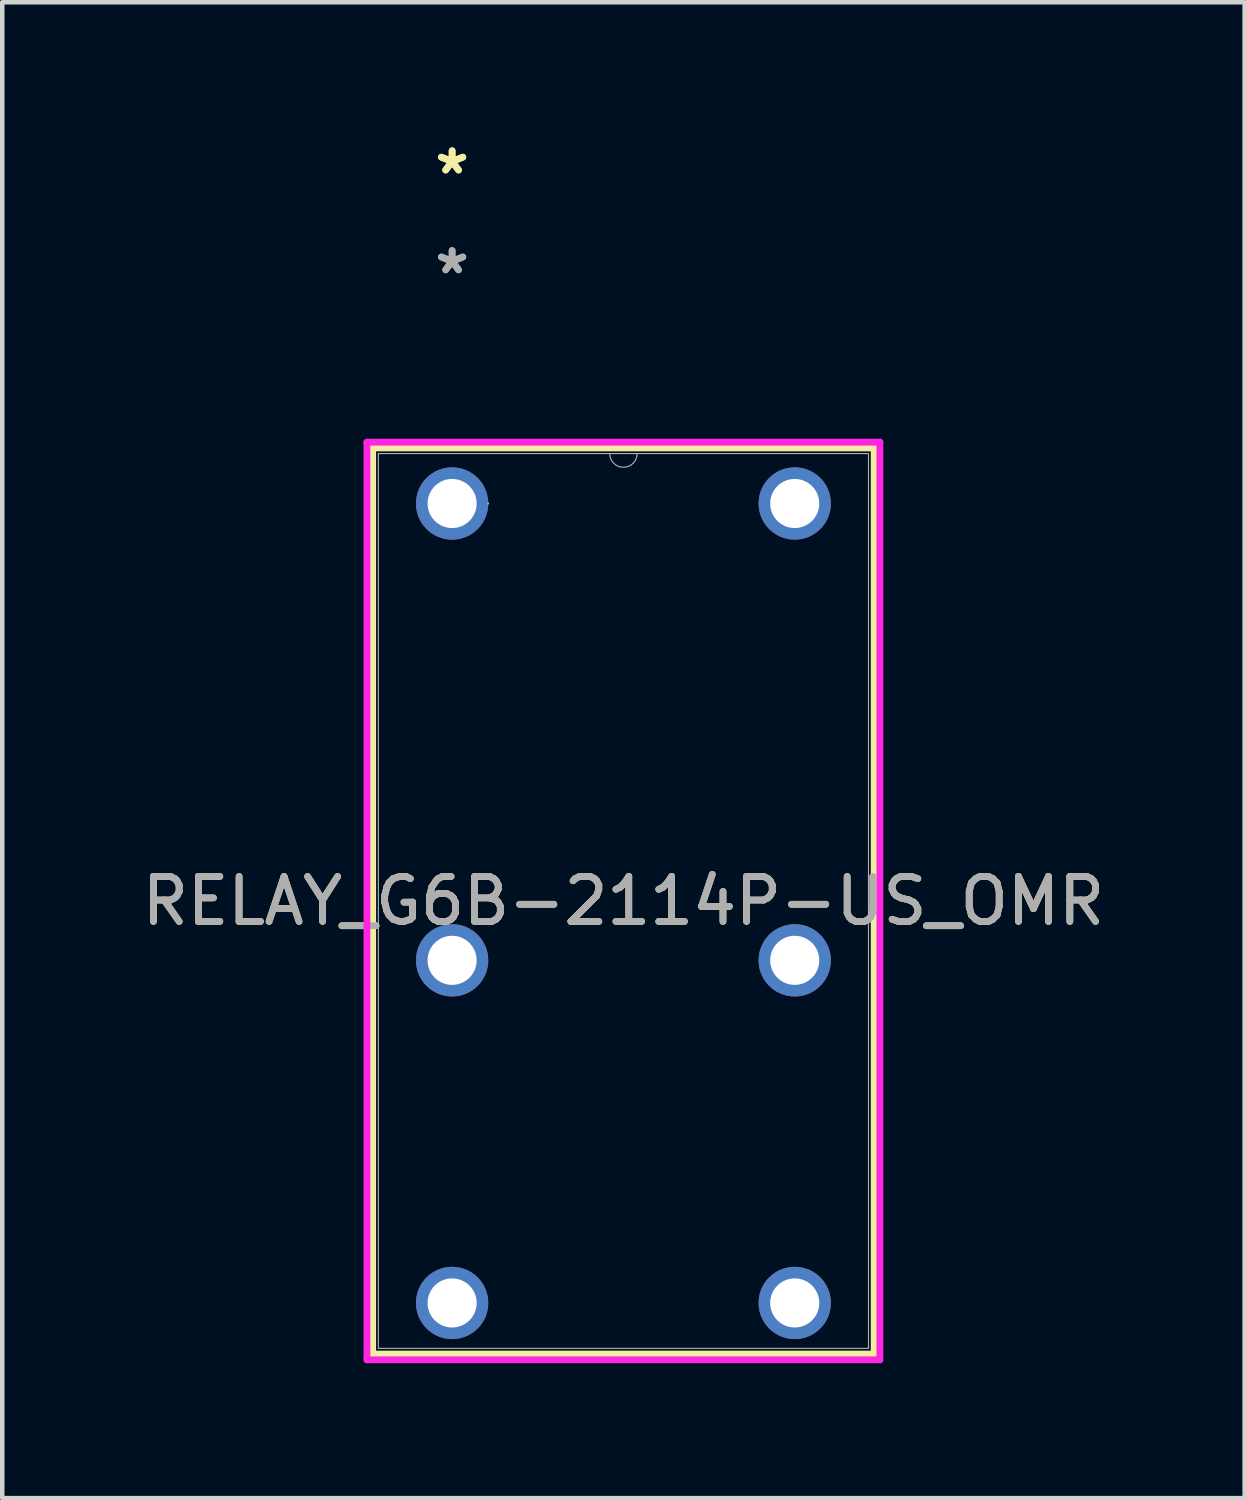
<source format=kicad_pcb>
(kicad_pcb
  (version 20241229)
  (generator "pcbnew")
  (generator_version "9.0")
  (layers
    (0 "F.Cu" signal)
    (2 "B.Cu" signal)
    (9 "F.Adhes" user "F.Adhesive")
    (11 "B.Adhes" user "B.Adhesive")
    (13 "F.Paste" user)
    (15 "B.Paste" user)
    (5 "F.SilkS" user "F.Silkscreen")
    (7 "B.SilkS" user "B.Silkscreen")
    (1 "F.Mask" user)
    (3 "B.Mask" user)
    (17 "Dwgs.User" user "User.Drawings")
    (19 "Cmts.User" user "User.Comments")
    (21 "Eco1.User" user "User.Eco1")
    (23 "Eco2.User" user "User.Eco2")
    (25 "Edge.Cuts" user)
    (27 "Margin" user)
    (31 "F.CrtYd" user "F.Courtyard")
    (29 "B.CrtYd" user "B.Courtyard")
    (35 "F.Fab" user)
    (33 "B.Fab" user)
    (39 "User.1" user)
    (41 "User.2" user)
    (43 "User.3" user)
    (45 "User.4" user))
  (footprint "RELAY_G6B-2114P-US_OMR"
    (layer "F.Cu")
    (at 14.625 25.828)
    (property "Reference" "RELAY_G6B-2114P-US_OMR" (at -3.81 -8.84 0) (unlocked yes) (layer "F.SilkS") (effects (font (size 1 1) (thickness 0.15))))
    (attr through_hole)
    (fp_line (start -9.387 -18.917) (end -9.387 1.237) (stroke (width 0.152) (type solid)) (layer "F.SilkS"))
    (fp_line (start -9.387 1.237) (end 1.767 1.237) (stroke (width 0.152) (type solid)) (layer "F.SilkS"))
    (fp_line (start 1.767 -18.917) (end -9.387 -18.917) (stroke (width 0.152) (type solid)) (layer "F.SilkS"))
    (fp_line (start 1.767 1.237) (end 1.767 -18.917) (stroke (width 0.152) (type solid)) (layer "F.SilkS"))
    (fp_line (start -9.514 -19.044) (end 1.894 -19.044) (stroke (width 0.152) (type solid)) (layer "F.CrtYd"))
    (fp_line (start -9.514 1.364) (end -9.514 -19.044) (stroke (width 0.152) (type solid)) (layer "F.CrtYd"))
    (fp_line (start 1.894 -19.044) (end 1.894 1.364) (stroke (width 0.152) (type solid)) (layer "F.CrtYd"))
    (fp_line (start 1.894 1.364) (end -9.514 1.364) (stroke (width 0.152) (type solid)) (layer "F.CrtYd"))
    (fp_line (start -9.26 -18.79) (end -9.26 1.11) (stroke (width 0.025) (type solid)) (layer "F.Fab"))
    (fp_line (start -9.26 1.11) (end 1.64 1.11) (stroke (width 0.025) (type solid)) (layer "F.Fab"))
    (fp_line (start 1.64 -18.79) (end -9.26 -18.79) (stroke (width 0.025) (type solid)) (layer "F.Fab"))
    (fp_line (start 1.64 1.11) (end 1.64 -18.79) (stroke (width 0.025) (type solid)) (layer "F.Fab"))
    (fp_arc (start -3.5052 -18.790001) (mid -3.81 -18.485201) (end -4.1148 -18.790001) (stroke (width 0.0254) (type solid)) (layer "F.Fab"))
    (fp_circle (center -6.82 -17.68) (end -6.82 -17.68) (stroke (width 0.025) (type solid)) (fill no) (layer "F.Fab"))
    (fp_text user "*" (at -7.62 -24.98 0) (layer "F.SilkS") (effects (font (size 1 1) (thickness 0.15))))
    (fp_text user "*" (at -7.62 -24.98 0) (unlocked yes) (layer "F.SilkS") (effects (font (size 1 1) (thickness 0.15))))
    (fp_text user "${REFERENCE}" (at -3.81 -8.84 0) (unlocked yes) (layer "F.Fab") (effects (font (size 1 1) (thickness 0.15))))
    (fp_text user "*" (at -7.62 -22.76 0) (unlocked yes) (layer "F.Fab") (effects (font (size 1 1) (thickness 0.15))))
    (fp_text user "*" (at -7.62 -22.76 0) (layer "F.Fab") (effects (font (size 1 1) (thickness 0.15))))
    (pad "1" thru_hole circle (at -7.62 -17.68) (size 1.608 1.608) (drill 1.092) (layers "*.Cu" "*.Mask"))
    (pad "3" thru_hole circle (at -7.62 -7.52) (size 1.608 1.608) (drill 1.092) (layers "*.Cu" "*.Mask"))
    (pad "4" thru_hole circle (at -7.62 0.1) (size 1.608 1.608) (drill 1.092) (layers "*.Cu" "*.Mask"))
    (pad "5" thru_hole circle (at 0 0.1) (size 1.608 1.608) (drill 1.092) (layers "*.Cu" "*.Mask"))
    (pad "6" thru_hole circle (at 0 -7.52) (size 1.608 1.608) (drill 1.092) (layers "*.Cu" "*.Mask"))
    (pad "8" thru_hole circle (at 0 -17.68) (size 1.608 1.608) (drill 1.092) (layers "*.Cu" "*.Mask")))
  (gr_rect
    (start -3 -3)
    (end 24.631 30.268)
    (stroke (width 0.1) (type default))
    (fill no)
    (layer "Edge.Cuts")))
</source>
